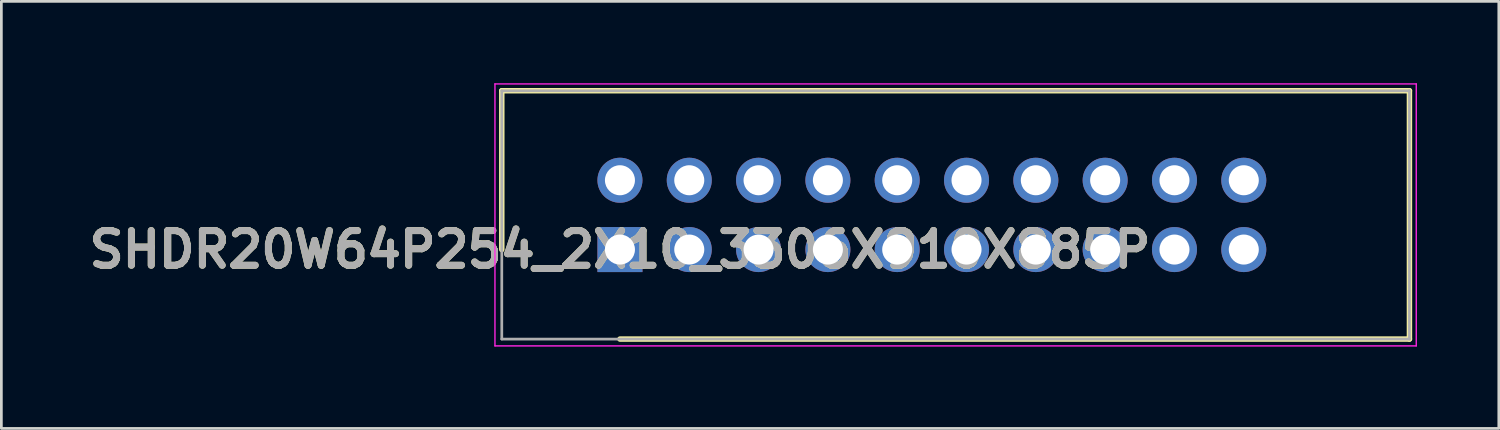
<source format=kicad_pcb>
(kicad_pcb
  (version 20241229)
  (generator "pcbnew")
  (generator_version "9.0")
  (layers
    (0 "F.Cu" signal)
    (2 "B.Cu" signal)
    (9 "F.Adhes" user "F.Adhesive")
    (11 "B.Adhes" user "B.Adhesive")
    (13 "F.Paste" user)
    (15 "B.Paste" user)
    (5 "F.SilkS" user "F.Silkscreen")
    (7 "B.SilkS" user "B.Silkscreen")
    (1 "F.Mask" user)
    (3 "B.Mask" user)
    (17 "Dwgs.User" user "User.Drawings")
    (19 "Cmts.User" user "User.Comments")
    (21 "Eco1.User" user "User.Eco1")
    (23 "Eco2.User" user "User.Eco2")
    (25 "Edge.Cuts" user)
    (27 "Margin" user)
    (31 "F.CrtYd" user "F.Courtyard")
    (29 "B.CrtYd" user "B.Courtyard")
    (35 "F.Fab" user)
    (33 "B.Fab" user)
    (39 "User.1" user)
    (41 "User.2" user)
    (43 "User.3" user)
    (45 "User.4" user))
  (footprint "SHDR20W64P254_2X10_3306X910X885P"
    (layer "F.Cu")
    (at 19.667 6.095)
    (property "Reference" "SHDR20W64P254_2X10_3306X910X885P" (at 0 0 0) (layer "F.SilkS") (effects (font (size 1.27 1.27) (thickness 0.254))))
    (attr through_hole)
    (fp_line (start -4.33 -5.82) (end -4.33 0) (stroke (width 0.2) (type solid)) (layer "F.SilkS"))
    (fp_line (start 0 3.28) (end 28.93 3.28) (stroke (width 0.2) (type solid)) (layer "F.SilkS"))
    (fp_line (start 28.93 -5.82) (end -4.33 -5.82) (stroke (width 0.2) (type solid)) (layer "F.SilkS"))
    (fp_line (start 28.93 3.28) (end 28.93 -5.82) (stroke (width 0.2) (type solid)) (layer "F.SilkS"))
    (fp_line (start -4.58 -6.07) (end 29.18 -6.07) (stroke (width 0.05) (type solid)) (layer "F.CrtYd"))
    (fp_line (start -4.58 3.53) (end -4.58 -6.07) (stroke (width 0.05) (type solid)) (layer "F.CrtYd"))
    (fp_line (start 29.18 -6.07) (end 29.18 3.53) (stroke (width 0.05) (type solid)) (layer "F.CrtYd"))
    (fp_line (start 29.18 3.53) (end -4.58 3.53) (stroke (width 0.05) (type solid)) (layer "F.CrtYd"))
    (fp_line (start -4.33 -5.82) (end 28.93 -5.82) (stroke (width 0.1) (type solid)) (layer "F.Fab"))
    (fp_line (start -4.33 3.28) (end -4.33 -5.82) (stroke (width 0.1) (type solid)) (layer "F.Fab"))
    (fp_line (start 28.93 -5.82) (end 28.93 3.28) (stroke (width 0.1) (type solid)) (layer "F.Fab"))
    (fp_line (start 28.93 3.28) (end -4.33 3.28) (stroke (width 0.1) (type solid)) (layer "F.Fab"))
    (fp_text user "${REFERENCE}" (at 0 0 0) (layer "F.Fab") (effects (font (size 1.27 1.27) (thickness 0.254))))
    (pad "1" thru_hole rect (at 0 0) (size 1.65 1.65) (drill 1.1) (layers "*.Cu" "*.Mask"))
    (pad "2" thru_hole circle (at 0 -2.54) (size 1.65 1.65) (drill 1.1) (layers "*.Cu" "*.Mask"))
    (pad "3" thru_hole circle (at 2.54 0) (size 1.65 1.65) (drill 1.1) (layers "*.Cu" "*.Mask"))
    (pad "4" thru_hole circle (at 2.54 -2.54) (size 1.65 1.65) (drill 1.1) (layers "*.Cu" "*.Mask"))
    (pad "5" thru_hole circle (at 5.08 0) (size 1.65 1.65) (drill 1.1) (layers "*.Cu" "*.Mask"))
    (pad "6" thru_hole circle (at 5.08 -2.54) (size 1.65 1.65) (drill 1.1) (layers "*.Cu" "*.Mask"))
    (pad "7" thru_hole circle (at 7.62 0) (size 1.65 1.65) (drill 1.1) (layers "*.Cu" "*.Mask"))
    (pad "8" thru_hole circle (at 7.62 -2.54) (size 1.65 1.65) (drill 1.1) (layers "*.Cu" "*.Mask"))
    (pad "9" thru_hole circle (at 10.16 0) (size 1.65 1.65) (drill 1.1) (layers "*.Cu" "*.Mask"))
    (pad "10" thru_hole circle (at 10.16 -2.54) (size 1.65 1.65) (drill 1.1) (layers "*.Cu" "*.Mask"))
    (pad "11" thru_hole circle (at 12.7 0) (size 1.65 1.65) (drill 1.1) (layers "*.Cu" "*.Mask"))
    (pad "12" thru_hole circle (at 12.7 -2.54) (size 1.65 1.65) (drill 1.1) (layers "*.Cu" "*.Mask"))
    (pad "13" thru_hole circle (at 15.24 0) (size 1.65 1.65) (drill 1.1) (layers "*.Cu" "*.Mask"))
    (pad "14" thru_hole circle (at 15.24 -2.54) (size 1.65 1.65) (drill 1.1) (layers "*.Cu" "*.Mask"))
    (pad "15" thru_hole circle (at 17.78 0) (size 1.65 1.65) (drill 1.1) (layers "*.Cu" "*.Mask"))
    (pad "16" thru_hole circle (at 17.78 -2.54) (size 1.65 1.65) (drill 1.1) (layers "*.Cu" "*.Mask"))
    (pad "17" thru_hole circle (at 20.32 0) (size 1.65 1.65) (drill 1.1) (layers "*.Cu" "*.Mask"))
    (pad "18" thru_hole circle (at 20.32 -2.54) (size 1.65 1.65) (drill 1.1) (layers "*.Cu" "*.Mask"))
    (pad "19" thru_hole circle (at 22.86 0) (size 1.65 1.65) (drill 1.1) (layers "*.Cu" "*.Mask"))
    (pad "20" thru_hole circle (at 22.86 -2.54) (size 1.65 1.65) (drill 1.1) (layers "*.Cu" "*.Mask")))
  (gr_rect
    (start -3 -3)
    (end 51.872 12.65)
    (stroke (width 0.1) (type default))
    (fill no)
    (layer "Edge.Cuts")))
</source>
